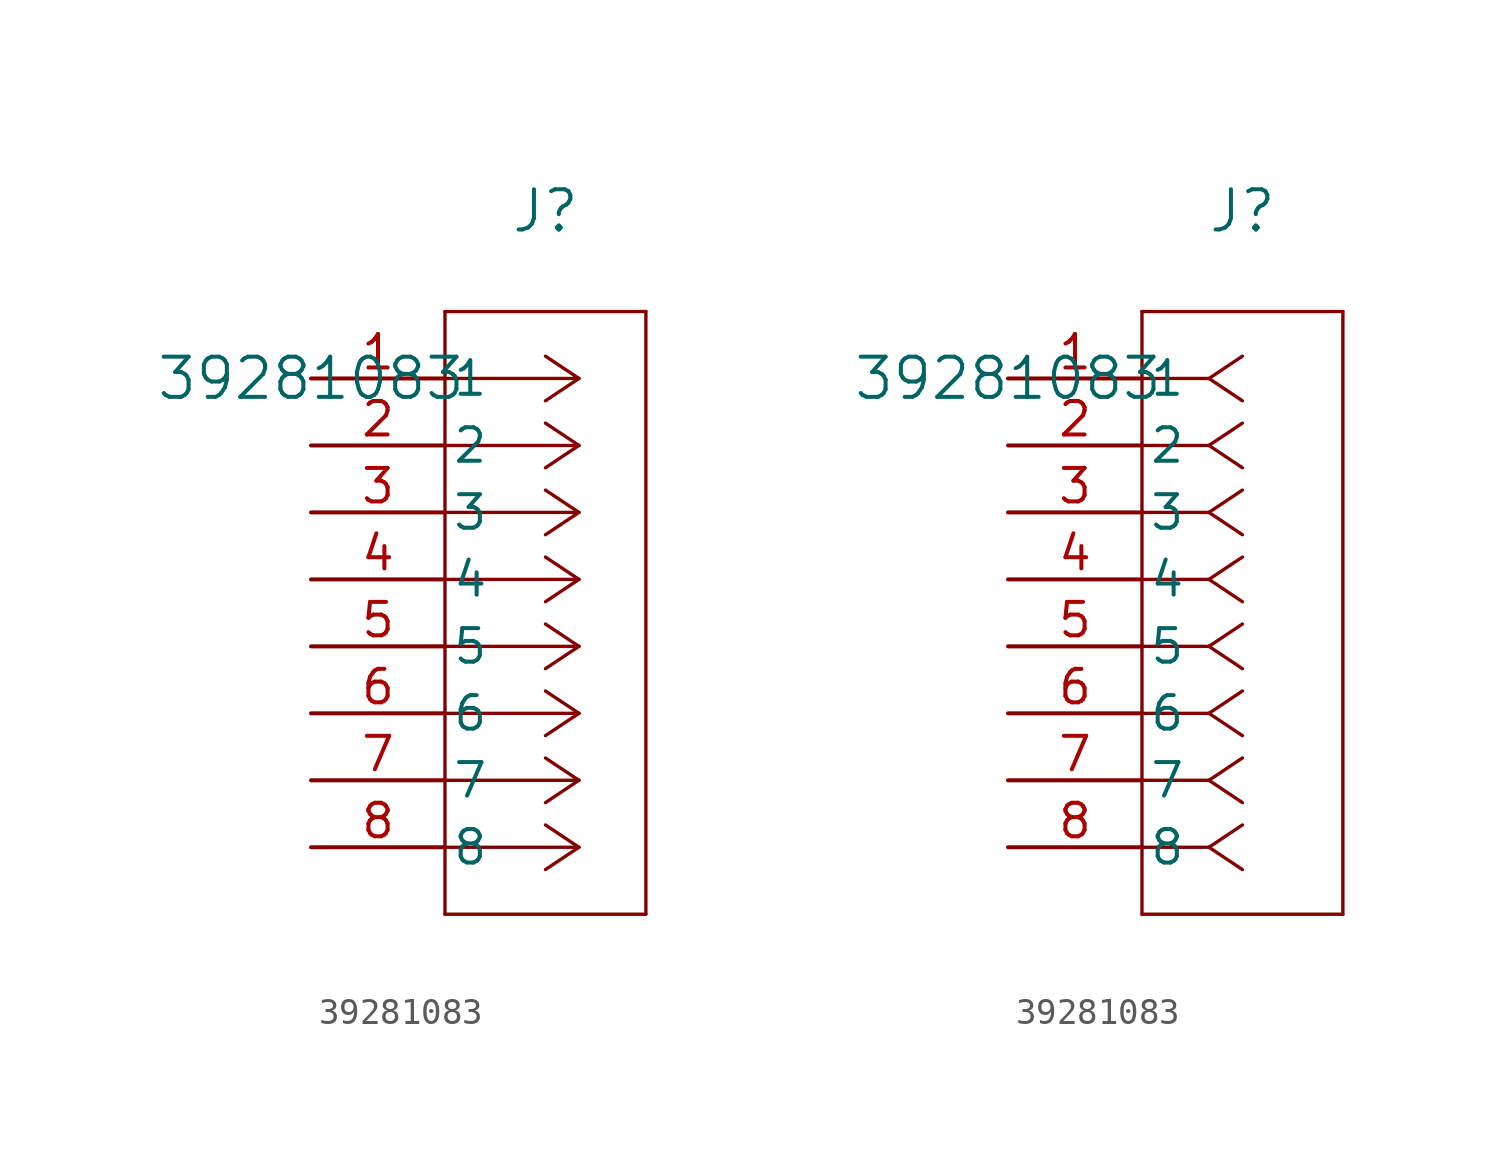
<source format=kicad_sym>
(kicad_symbol_lib
  (version 20211014)
  (generator kicad_symbol_editor)
  (symbol "39281083"
    (pin_names
      (offset 0.254))
    (property "Reference" "J"
      (at 8.89 6.35 0)
      (effects (font (size 1.524 1.524))))
    (property "Value" "39281083"
      (at 0 0 0)
      (effects (font (size 1.524 1.524))))
    (symbol "39281083_1_1"
      (polyline (pts (xy 10.16 0) (xy 5.08 0)) (stroke (width 0.127) (type default) (color 0 0 0 0)) (fill (type none)))
      (polyline (pts (xy 10.16 -2.54) (xy 5.08 -2.54)) (stroke (width 0.127) (type default) (color 0 0 0 0)) (fill (type none)))
      (polyline (pts (xy 10.16 -5.08) (xy 5.08 -5.08)) (stroke (width 0.127) (type default) (color 0 0 0 0)) (fill (type none)))
      (polyline (pts (xy 10.16 -7.62) (xy 5.08 -7.62)) (stroke (width 0.127) (type default) (color 0 0 0 0)) (fill (type none)))
      (polyline (pts (xy 10.16 -10.16) (xy 5.08 -10.16)) (stroke (width 0.127) (type default) (color 0 0 0 0)) (fill (type none)))
      (polyline (pts (xy 10.16 -12.7) (xy 5.08 -12.7)) (stroke (width 0.127) (type default) (color 0 0 0 0)) (fill (type none)))
      (polyline (pts (xy 10.16 -15.24) (xy 5.08 -15.24)) (stroke (width 0.127) (type default) (color 0 0 0 0)) (fill (type none)))
      (polyline (pts (xy 10.16 -17.78) (xy 5.08 -17.78)) (stroke (width 0.127) (type default) (color 0 0 0 0)) (fill (type none)))
      (polyline (pts (xy 10.16 0) (xy 8.89 0.847)) (stroke (width 0.127) (type default) (color 0 0 0 0)) (fill (type none)))
      (polyline (pts (xy 10.16 -2.54) (xy 8.89 -1.693)) (stroke (width 0.127) (type default) (color 0 0 0 0)) (fill (type none)))
      (polyline (pts (xy 10.16 -5.08) (xy 8.89 -4.233)) (stroke (width 0.127) (type default) (color 0 0 0 0)) (fill (type none)))
      (polyline (pts (xy 10.16 -7.62) (xy 8.89 -6.773)) (stroke (width 0.127) (type default) (color 0 0 0 0)) (fill (type none)))
      (polyline (pts (xy 10.16 -10.16) (xy 8.89 -9.313)) (stroke (width 0.127) (type default) (color 0 0 0 0)) (fill (type none)))
      (polyline (pts (xy 10.16 -12.7) (xy 8.89 -11.853)) (stroke (width 0.127) (type default) (color 0 0 0 0)) (fill (type none)))
      (polyline (pts (xy 10.16 -15.24) (xy 8.89 -14.393)) (stroke (width 0.127) (type default) (color 0 0 0 0)) (fill (type none)))
      (polyline (pts (xy 10.16 -17.78) (xy 8.89 -16.933)) (stroke (width 0.127) (type default) (color 0 0 0 0)) (fill (type none)))
      (polyline (pts (xy 10.16 0) (xy 8.89 -0.847)) (stroke (width 0.127) (type default) (color 0 0 0 0)) (fill (type none)))
      (polyline (pts (xy 10.16 -2.54) (xy 8.89 -3.387)) (stroke (width 0.127) (type default) (color 0 0 0 0)) (fill (type none)))
      (polyline (pts (xy 10.16 -5.08) (xy 8.89 -5.927)) (stroke (width 0.127) (type default) (color 0 0 0 0)) (fill (type none)))
      (polyline (pts (xy 10.16 -7.62) (xy 8.89 -8.467)) (stroke (width 0.127) (type default) (color 0 0 0 0)) (fill (type none)))
      (polyline (pts (xy 10.16 -10.16) (xy 8.89 -11.007)) (stroke (width 0.127) (type default) (color 0 0 0 0)) (fill (type none)))
      (polyline (pts (xy 10.16 -12.7) (xy 8.89 -13.547)) (stroke (width 0.127) (type default) (color 0 0 0 0)) (fill (type none)))
      (polyline (pts (xy 10.16 -15.24) (xy 8.89 -16.087)) (stroke (width 0.127) (type default) (color 0 0 0 0)) (fill (type none)))
      (polyline (pts (xy 10.16 -17.78) (xy 8.89 -18.627)) (stroke (width 0.127) (type default) (color 0 0 0 0)) (fill (type none)))
      (polyline (pts (xy 5.08 2.54) (xy 5.08 -20.32)) (stroke (width 0.127) (type default) (color 0 0 0 0)) (fill (type none)))
      (polyline (pts (xy 5.08 -20.32) (xy 12.7 -20.32)) (stroke (width 0.127) (type default) (color 0 0 0 0)) (fill (type none)))
      (polyline (pts (xy 12.7 -20.32) (xy 12.7 2.54)) (stroke (width 0.127) (type default) (color 0 0 0 0)) (fill (type none)))
      (polyline (pts (xy 12.7 2.54) (xy 5.08 2.54)) (stroke (width 0.127) (type default) (color 0 0 0 0)) (fill (type none)))
      (pin unspecified line (at 0 0 0) (length 5.08) (name "1" (effects (font (size 1.27 1.27)))) (number "1" (effects (font (size 1.27 1.27)))))
      (pin unspecified line (at 0 -2.54 0) (length 5.08) (name "2" (effects (font (size 1.27 1.27)))) (number "2" (effects (font (size 1.27 1.27)))))
      (pin unspecified line (at 0 -5.08 0) (length 5.08) (name "3" (effects (font (size 1.27 1.27)))) (number "3" (effects (font (size 1.27 1.27)))))
      (pin unspecified line (at 0 -7.62 0) (length 5.08) (name "4" (effects (font (size 1.27 1.27)))) (number "4" (effects (font (size 1.27 1.27)))))
      (pin unspecified line (at 0 -10.16 0) (length 5.08) (name "5" (effects (font (size 1.27 1.27)))) (number "5" (effects (font (size 1.27 1.27)))))
      (pin unspecified line (at 0 -12.7 0) (length 5.08) (name "6" (effects (font (size 1.27 1.27)))) (number "6" (effects (font (size 1.27 1.27)))))
      (pin unspecified line (at 0 -15.24 0) (length 5.08) (name "7" (effects (font (size 1.27 1.27)))) (number "7" (effects (font (size 1.27 1.27)))))
      (pin unspecified line (at 0 -17.78 0) (length 5.08) (name "8" (effects (font (size 1.27 1.27)))) (number "8" (effects (font (size 1.27 1.27))))))
    (symbol "39281083_1_2"
      (polyline (pts (xy 7.62 0) (xy 5.08 0)) (stroke (width 0.127) (type default) (color 0 0 0 0)) (fill (type none)))
      (polyline (pts (xy 7.62 -2.54) (xy 5.08 -2.54)) (stroke (width 0.127) (type default) (color 0 0 0 0)) (fill (type none)))
      (polyline (pts (xy 7.62 -5.08) (xy 5.08 -5.08)) (stroke (width 0.127) (type default) (color 0 0 0 0)) (fill (type none)))
      (polyline (pts (xy 7.62 -7.62) (xy 5.08 -7.62)) (stroke (width 0.127) (type default) (color 0 0 0 0)) (fill (type none)))
      (polyline (pts (xy 7.62 -10.16) (xy 5.08 -10.16)) (stroke (width 0.127) (type default) (color 0 0 0 0)) (fill (type none)))
      (polyline (pts (xy 7.62 -12.7) (xy 5.08 -12.7)) (stroke (width 0.127) (type default) (color 0 0 0 0)) (fill (type none)))
      (polyline (pts (xy 7.62 -15.24) (xy 5.08 -15.24)) (stroke (width 0.127) (type default) (color 0 0 0 0)) (fill (type none)))
      (polyline (pts (xy 7.62 -17.78) (xy 5.08 -17.78)) (stroke (width 0.127) (type default) (color 0 0 0 0)) (fill (type none)))
      (polyline (pts (xy 7.62 0) (xy 8.89 0.847)) (stroke (width 0.127) (type default) (color 0 0 0 0)) (fill (type none)))
      (polyline (pts (xy 7.62 -2.54) (xy 8.89 -1.693)) (stroke (width 0.127) (type default) (color 0 0 0 0)) (fill (type none)))
      (polyline (pts (xy 7.62 -5.08) (xy 8.89 -4.233)) (stroke (width 0.127) (type default) (color 0 0 0 0)) (fill (type none)))
      (polyline (pts (xy 7.62 -7.62) (xy 8.89 -6.773)) (stroke (width 0.127) (type default) (color 0 0 0 0)) (fill (type none)))
      (polyline (pts (xy 7.62 -10.16) (xy 8.89 -9.313)) (stroke (width 0.127) (type default) (color 0 0 0 0)) (fill (type none)))
      (polyline (pts (xy 7.62 -12.7) (xy 8.89 -11.853)) (stroke (width 0.127) (type default) (color 0 0 0 0)) (fill (type none)))
      (polyline (pts (xy 7.62 -15.24) (xy 8.89 -14.393)) (stroke (width 0.127) (type default) (color 0 0 0 0)) (fill (type none)))
      (polyline (pts (xy 7.62 -17.78) (xy 8.89 -16.933)) (stroke (width 0.127) (type default) (color 0 0 0 0)) (fill (type none)))
      (polyline (pts (xy 7.62 0) (xy 8.89 -0.847)) (stroke (width 0.127) (type default) (color 0 0 0 0)) (fill (type none)))
      (polyline (pts (xy 7.62 -2.54) (xy 8.89 -3.387)) (stroke (width 0.127) (type default) (color 0 0 0 0)) (fill (type none)))
      (polyline (pts (xy 7.62 -5.08) (xy 8.89 -5.927)) (stroke (width 0.127) (type default) (color 0 0 0 0)) (fill (type none)))
      (polyline (pts (xy 7.62 -7.62) (xy 8.89 -8.467)) (stroke (width 0.127) (type default) (color 0 0 0 0)) (fill (type none)))
      (polyline (pts (xy 7.62 -10.16) (xy 8.89 -11.007)) (stroke (width 0.127) (type default) (color 0 0 0 0)) (fill (type none)))
      (polyline (pts (xy 7.62 -12.7) (xy 8.89 -13.547)) (stroke (width 0.127) (type default) (color 0 0 0 0)) (fill (type none)))
      (polyline (pts (xy 7.62 -15.24) (xy 8.89 -16.087)) (stroke (width 0.127) (type default) (color 0 0 0 0)) (fill (type none)))
      (polyline (pts (xy 7.62 -17.78) (xy 8.89 -18.627)) (stroke (width 0.127) (type default) (color 0 0 0 0)) (fill (type none)))
      (polyline (pts (xy 5.08 2.54) (xy 5.08 -20.32)) (stroke (width 0.127) (type default) (color 0 0 0 0)) (fill (type none)))
      (polyline (pts (xy 5.08 -20.32) (xy 12.7 -20.32)) (stroke (width 0.127) (type default) (color 0 0 0 0)) (fill (type none)))
      (polyline (pts (xy 12.7 -20.32) (xy 12.7 2.54)) (stroke (width 0.127) (type default) (color 0 0 0 0)) (fill (type none)))
      (polyline (pts (xy 12.7 2.54) (xy 5.08 2.54)) (stroke (width 0.127) (type default) (color 0 0 0 0)) (fill (type none)))
      (pin unspecified line (at 0 0 0) (length 5.08) (name "1" (effects (font (size 1.27 1.27)))) (number "1" (effects (font (size 1.27 1.27)))))
      (pin unspecified line (at 0 -2.54 0) (length 5.08) (name "2" (effects (font (size 1.27 1.27)))) (number "2" (effects (font (size 1.27 1.27)))))
      (pin unspecified line (at 0 -5.08 0) (length 5.08) (name "3" (effects (font (size 1.27 1.27)))) (number "3" (effects (font (size 1.27 1.27)))))
      (pin unspecified line (at 0 -7.62 0) (length 5.08) (name "4" (effects (font (size 1.27 1.27)))) (number "4" (effects (font (size 1.27 1.27)))))
      (pin unspecified line (at 0 -10.16 0) (length 5.08) (name "5" (effects (font (size 1.27 1.27)))) (number "5" (effects (font (size 1.27 1.27)))))
      (pin unspecified line (at 0 -12.7 0) (length 5.08) (name "6" (effects (font (size 1.27 1.27)))) (number "6" (effects (font (size 1.27 1.27)))))
      (pin unspecified line (at 0 -15.24 0) (length 5.08) (name "7" (effects (font (size 1.27 1.27)))) (number "7" (effects (font (size 1.27 1.27)))))
      (pin unspecified line (at 0 -17.78 0) (length 5.08) (name "8" (effects (font (size 1.27 1.27)))) (number "8" (effects (font (size 1.27 1.27))))))))
</source>
